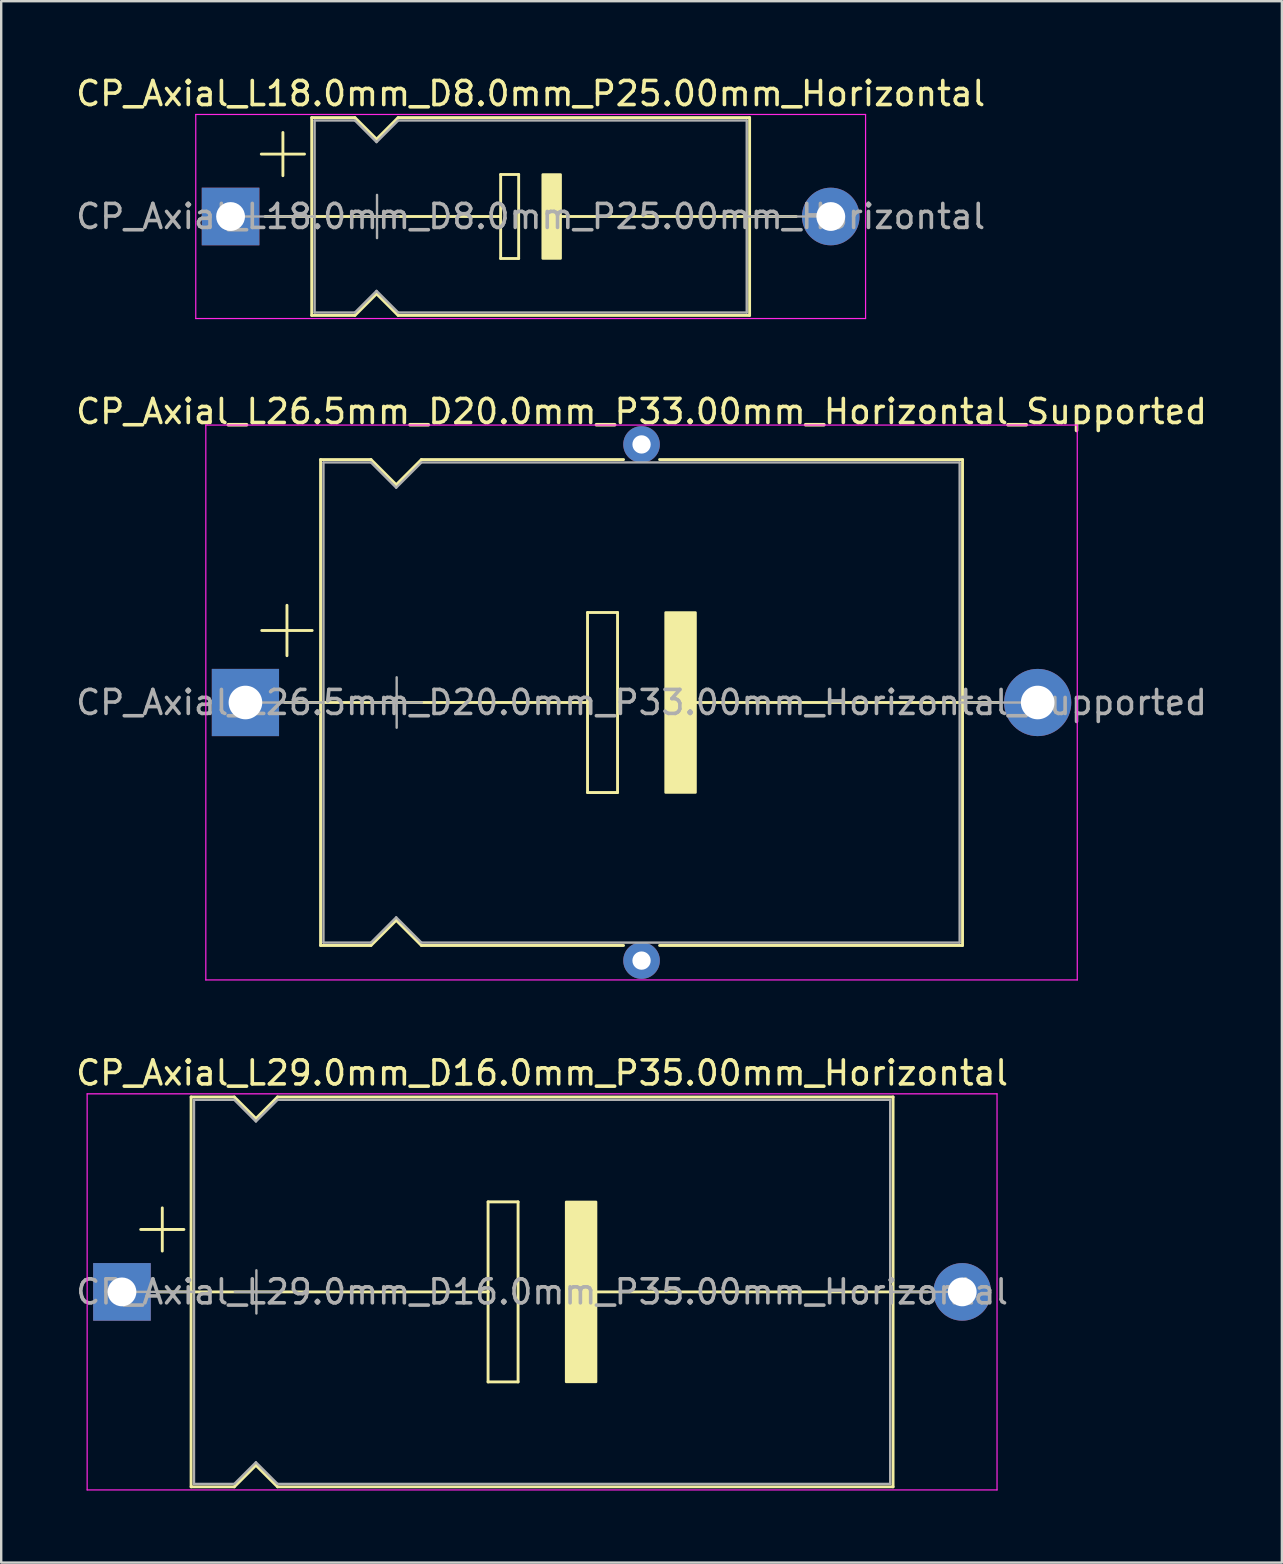
<source format=kicad_pcb>
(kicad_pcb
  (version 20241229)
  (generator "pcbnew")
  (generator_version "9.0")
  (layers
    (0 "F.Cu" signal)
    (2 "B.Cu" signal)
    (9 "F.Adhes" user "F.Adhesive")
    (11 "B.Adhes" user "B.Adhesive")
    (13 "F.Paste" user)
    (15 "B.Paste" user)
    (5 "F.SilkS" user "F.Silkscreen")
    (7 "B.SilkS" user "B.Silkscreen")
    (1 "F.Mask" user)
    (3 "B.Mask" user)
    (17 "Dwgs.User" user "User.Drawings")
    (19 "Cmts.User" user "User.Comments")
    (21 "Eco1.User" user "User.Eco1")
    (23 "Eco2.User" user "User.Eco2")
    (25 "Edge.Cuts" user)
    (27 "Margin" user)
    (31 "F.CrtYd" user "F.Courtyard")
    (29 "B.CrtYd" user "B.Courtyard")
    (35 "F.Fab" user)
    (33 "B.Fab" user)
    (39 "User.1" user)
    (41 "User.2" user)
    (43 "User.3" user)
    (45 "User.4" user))
  (footprint "CP_Axial_L29.0mm_D16.0mm_P35.00mm_Horizontal"
    (layer "F.Cu")
    (at 2.03 50.762)
    (property "Reference" "CP_Axial_L29.0mm_D16.0mm_P35.00mm_Horizontal" (at 17.5 -9.12 0) (layer "F.SilkS") (effects (font (size 1 1) (thickness 0.15))))
    (attr through_hole)
    (fp_line (start 0.78 -2.6) (end 2.58 -2.6) (stroke (width 0.12) (type solid)) (layer "F.SilkS"))
    (fp_line (start 1.44 0) (end 2.88 0) (stroke (width 0.12) (type solid)) (layer "F.SilkS"))
    (fp_line (start 1.68 -3.5) (end 1.68 -1.7) (stroke (width 0.12) (type solid)) (layer "F.SilkS"))
    (fp_line (start 2.88 -8.12) (end 2.88 8.12) (stroke (width 0.12) (type solid)) (layer "F.SilkS"))
    (fp_line (start 2.88 -8.12) (end 4.68 -8.12) (stroke (width 0.12) (type solid)) (layer "F.SilkS"))
    (fp_line (start 2.88 0) (end 15.25 0) (stroke (width 0.12) (type solid)) (layer "F.SilkS"))
    (fp_line (start 2.88 8.12) (end 4.68 8.12) (stroke (width 0.12) (type solid)) (layer "F.SilkS"))
    (fp_line (start 4.68 -8.12) (end 5.58 -7.22) (stroke (width 0.12) (type solid)) (layer "F.SilkS"))
    (fp_line (start 4.68 8.12) (end 5.58 7.22) (stroke (width 0.12) (type solid)) (layer "F.SilkS"))
    (fp_line (start 5.58 -7.22) (end 6.48 -8.12) (stroke (width 0.12) (type solid)) (layer "F.SilkS"))
    (fp_line (start 5.58 7.22) (end 6.48 8.12) (stroke (width 0.12) (type solid)) (layer "F.SilkS"))
    (fp_line (start 6.48 -8.12) (end 32.12 -8.12) (stroke (width 0.12) (type solid)) (layer "F.SilkS"))
    (fp_line (start 6.48 8.12) (end 32.12 8.12) (stroke (width 0.12) (type solid)) (layer "F.SilkS"))
    (fp_line (start 15.25 -3.75) (end 16.5 -3.75) (stroke (width 0.12) (type solid)) (layer "F.SilkS"))
    (fp_line (start 15.25 0) (end 15.25 -3.75) (stroke (width 0.12) (type solid)) (layer "F.SilkS"))
    (fp_line (start 15.25 3.75) (end 15.25 0) (stroke (width 0.12) (type solid)) (layer "F.SilkS"))
    (fp_line (start 16.5 -3.75) (end 16.5 3.75) (stroke (width 0.12) (type solid)) (layer "F.SilkS"))
    (fp_line (start 16.5 3.75) (end 15.25 3.75) (stroke (width 0.12) (type solid)) (layer "F.SilkS"))
    (fp_line (start 19.75 0) (end 32.12 0) (stroke (width 0.12) (type solid)) (layer "F.SilkS"))
    (fp_line (start 32.12 -8.12) (end 32.12 8.12) (stroke (width 0.12) (type solid)) (layer "F.SilkS"))
    (fp_line (start 33.56 0) (end 32.12 0) (stroke (width 0.12) (type solid)) (layer "F.SilkS"))
    (fp_poly (pts (xy 19.75 3.75) (xy 18.5 3.75) (xy 18.5 -3.75) (xy 19.75 -3.75)) (stroke (width 0.1) (type solid)) (fill yes) (layer "F.SilkS"))
    (fp_line (start -1.45 -8.25) (end -1.45 8.25) (stroke (width 0.05) (type solid)) (layer "F.CrtYd"))
    (fp_line (start -1.45 8.25) (end 36.45 8.25) (stroke (width 0.05) (type solid)) (layer "F.CrtYd"))
    (fp_line (start 36.45 -8.25) (end -1.45 -8.25) (stroke (width 0.05) (type solid)) (layer "F.CrtYd"))
    (fp_line (start 36.45 8.25) (end 36.45 -8.25) (stroke (width 0.05) (type solid)) (layer "F.CrtYd"))
    (fp_line (start 0 0) (end 3 0) (stroke (width 0.1) (type solid)) (layer "F.Fab"))
    (fp_line (start 3 -8) (end 3 8) (stroke (width 0.1) (type solid)) (layer "F.Fab"))
    (fp_line (start 3 -8) (end 4.68 -8) (stroke (width 0.1) (type solid)) (layer "F.Fab"))
    (fp_line (start 3 8) (end 4.68 8) (stroke (width 0.1) (type solid)) (layer "F.Fab"))
    (fp_line (start 4.68 -8) (end 5.58 -7.1) (stroke (width 0.1) (type solid)) (layer "F.Fab"))
    (fp_line (start 4.68 8) (end 5.58 7.1) (stroke (width 0.1) (type solid)) (layer "F.Fab"))
    (fp_line (start 4.7 0) (end 6.5 0) (stroke (width 0.1) (type solid)) (layer "F.Fab"))
    (fp_line (start 5.58 -7.1) (end 6.48 -8) (stroke (width 0.1) (type solid)) (layer "F.Fab"))
    (fp_line (start 5.58 7.1) (end 6.48 8) (stroke (width 0.1) (type solid)) (layer "F.Fab"))
    (fp_line (start 5.6 -0.9) (end 5.6 0.9) (stroke (width 0.1) (type solid)) (layer "F.Fab"))
    (fp_line (start 6.48 -8) (end 32 -8) (stroke (width 0.1) (type solid)) (layer "F.Fab"))
    (fp_line (start 6.48 8) (end 32 8) (stroke (width 0.1) (type solid)) (layer "F.Fab"))
    (fp_line (start 32 -8) (end 32 8) (stroke (width 0.1) (type solid)) (layer "F.Fab"))
    (fp_line (start 35 0) (end 32 0) (stroke (width 0.1) (type solid)) (layer "F.Fab"))
    (fp_text user "${REFERENCE}" (at 17.5 0 0) (layer "F.Fab") (effects (font (size 1 1) (thickness 0.15))))
    (pad "1" thru_hole rect (at 0 0) (size 2.4 2.4) (drill 1.2) (layers "*.Cu" "*.Mask"))
    (pad "2" thru_hole oval (at 35 0) (size 2.4 2.4) (drill 1.2) (layers "*.Cu" "*.Mask")))
  (footprint "CP_Axial_L26.5mm_D20.0mm_P33.00mm_Horizontal_Supported"
    (layer "F.Cu")
    (at 7.173 26.212)
    (property "Reference" "CP_Axial_L26.5mm_D20.0mm_P33.00mm_Horizontal_Supported" (at 16.5 -12.12 0) (layer "F.SilkS") (effects (font (size 1 1) (thickness 0.15))))
    (attr through_hole)
    (fp_line (start 0.68 -3) (end 2.78 -3) (stroke (width 0.12) (type solid)) (layer "F.SilkS"))
    (fp_line (start 1.64 0) (end 3.13 0) (stroke (width 0.12) (type solid)) (layer "F.SilkS"))
    (fp_line (start 1.73 -4.05) (end 1.73 -1.95) (stroke (width 0.12) (type solid)) (layer "F.SilkS"))
    (fp_line (start 3.13 -10.12) (end 3.13 10.12) (stroke (width 0.12) (type solid)) (layer "F.SilkS"))
    (fp_line (start 3.13 -10.12) (end 5.23 -10.12) (stroke (width 0.12) (type solid)) (layer "F.SilkS"))
    (fp_line (start 3.13 0) (end 14.25 0) (stroke (width 0.12) (type solid)) (layer "F.SilkS"))
    (fp_line (start 3.13 10.12) (end 5.23 10.12) (stroke (width 0.12) (type solid)) (layer "F.SilkS"))
    (fp_line (start 5.23 -10.12) (end 6.28 -9.07) (stroke (width 0.12) (type solid)) (layer "F.SilkS"))
    (fp_line (start 5.23 10.12) (end 6.28 9.07) (stroke (width 0.12) (type solid)) (layer "F.SilkS"))
    (fp_line (start 6.28 -9.07) (end 7.33 -10.12) (stroke (width 0.12) (type solid)) (layer "F.SilkS"))
    (fp_line (start 6.28 9.07) (end 7.33 10.12) (stroke (width 0.12) (type solid)) (layer "F.SilkS"))
    (fp_line (start 7.33 -10.12) (end 15.75 -10.12) (stroke (width 0.12) (type solid)) (layer "F.SilkS"))
    (fp_line (start 7.33 10.12) (end 15.75 10.12) (stroke (width 0.12) (type solid)) (layer "F.SilkS"))
    (fp_line (start 14.25 -3.75) (end 15.5 -3.75) (stroke (width 0.12) (type solid)) (layer "F.SilkS"))
    (fp_line (start 14.25 0) (end 14.25 -3.75) (stroke (width 0.12) (type solid)) (layer "F.SilkS"))
    (fp_line (start 14.25 3.75) (end 14.25 0) (stroke (width 0.12) (type solid)) (layer "F.SilkS"))
    (fp_line (start 15.5 -3.75) (end 15.5 3.75) (stroke (width 0.12) (type solid)) (layer "F.SilkS"))
    (fp_line (start 15.5 3.75) (end 14.25 3.75) (stroke (width 0.12) (type solid)) (layer "F.SilkS"))
    (fp_line (start 17.25 -10.12) (end 29.87 -10.12) (stroke (width 0.12) (type solid)) (layer "F.SilkS"))
    (fp_line (start 17.25 10.12) (end 29.87 10.12) (stroke (width 0.12) (type solid)) (layer "F.SilkS"))
    (fp_line (start 18.75 0) (end 29.87 0) (stroke (width 0.12) (type solid)) (layer "F.SilkS"))
    (fp_line (start 29.87 -10.12) (end 29.87 10.12) (stroke (width 0.12) (type solid)) (layer "F.SilkS"))
    (fp_line (start 31.36 0) (end 29.87 0) (stroke (width 0.12) (type solid)) (layer "F.SilkS"))
    (fp_poly (pts (xy 18.75 3.75) (xy 17.5 3.75) (xy 17.5 -3.75) (xy 18.75 -3.75)) (stroke (width 0.1) (type solid)) (fill yes) (layer "F.SilkS"))
    (fp_line (start -1.651 11.557) (end 34.649 11.557) (stroke (width 0.05) (type solid)) (layer "F.CrtYd"))
    (fp_line (start -1.65 -11.557) (end -1.65 11.557) (stroke (width 0.05) (type solid)) (layer "F.CrtYd"))
    (fp_line (start 34.649 -11.557) (end -1.651 -11.557) (stroke (width 0.05) (type solid)) (layer "F.CrtYd"))
    (fp_line (start 34.649 11.557) (end 34.649 -11.557) (stroke (width 0.05) (type solid)) (layer "F.CrtYd"))
    (fp_line (start 0 0) (end 3.25 0) (stroke (width 0.1) (type solid)) (layer "F.Fab"))
    (fp_line (start 3.25 -10) (end 3.25 10) (stroke (width 0.1) (type solid)) (layer "F.Fab"))
    (fp_line (start 3.25 -10) (end 5.23 -10) (stroke (width 0.1) (type solid)) (layer "F.Fab"))
    (fp_line (start 3.25 10) (end 5.23 10) (stroke (width 0.1) (type solid)) (layer "F.Fab"))
    (fp_line (start 5.23 -10) (end 6.28 -8.95) (stroke (width 0.1) (type solid)) (layer "F.Fab"))
    (fp_line (start 5.23 10) (end 6.28 8.95) (stroke (width 0.1) (type solid)) (layer "F.Fab"))
    (fp_line (start 5.25 0) (end 7.35 0) (stroke (width 0.1) (type solid)) (layer "F.Fab"))
    (fp_line (start 6.28 -8.95) (end 7.33 -10) (stroke (width 0.1) (type solid)) (layer "F.Fab"))
    (fp_line (start 6.28 8.95) (end 7.33 10) (stroke (width 0.1) (type solid)) (layer "F.Fab"))
    (fp_line (start 6.3 -1.05) (end 6.3 1.05) (stroke (width 0.1) (type solid)) (layer "F.Fab"))
    (fp_line (start 7.33 -10) (end 29.75 -10) (stroke (width 0.1) (type solid)) (layer "F.Fab"))
    (fp_line (start 7.33 10) (end 29.75 10) (stroke (width 0.1) (type solid)) (layer "F.Fab"))
    (fp_line (start 29.75 -10) (end 29.75 10) (stroke (width 0.1) (type solid)) (layer "F.Fab"))
    (fp_line (start 33 0) (end 29.75 0) (stroke (width 0.1) (type solid)) (layer "F.Fab"))
    (fp_text user "${REFERENCE}" (at 16.5 0 0) (layer "F.Fab") (effects (font (size 1 1) (thickness 0.15))))
    (pad "" thru_hole circle (at 16.5 -10.75) (size 1.524 1.524) (drill 0.762) (layers "*.Cu" "*.Mask"))
    (pad "" thru_hole circle (at 16.5 10.75) (size 1.524 1.524) (drill 0.762) (layers "*.Cu" "*.Mask"))
    (pad "1" thru_hole rect (at 0 0) (size 2.8 2.8) (drill 1.4) (layers "*.Cu" "*.Mask"))
    (pad "2" thru_hole oval (at 33 0) (size 2.8 2.8) (drill 1.4) (layers "*.Cu" "*.Mask")))
  (footprint "CP_Axial_L18.0mm_D8.0mm_P25.00mm_Horizontal"
    (layer "F.Cu")
    (at 6.554 5.968)
    (property "Reference" "CP_Axial_L18.0mm_D8.0mm_P25.00mm_Horizontal" (at 12.5 -5.12 0) (layer "F.SilkS") (effects (font (size 1 1) (thickness 0.15))))
    (attr through_hole)
    (fp_line (start 1.28 -2.6) (end 3.08 -2.6) (stroke (width 0.12) (type solid)) (layer "F.SilkS"))
    (fp_line (start 1.44 0) (end 3.38 0) (stroke (width 0.12) (type solid)) (layer "F.SilkS"))
    (fp_line (start 2.18 -3.5) (end 2.18 -1.7) (stroke (width 0.12) (type solid)) (layer "F.SilkS"))
    (fp_line (start 3.365 0) (end 11.25 0) (stroke (width 0.12) (type solid)) (layer "F.SilkS"))
    (fp_line (start 3.38 -4.12) (end 3.38 4.12) (stroke (width 0.12) (type solid)) (layer "F.SilkS"))
    (fp_line (start 3.38 -4.12) (end 5.18 -4.12) (stroke (width 0.12) (type solid)) (layer "F.SilkS"))
    (fp_line (start 3.38 4.12) (end 5.18 4.12) (stroke (width 0.12) (type solid)) (layer "F.SilkS"))
    (fp_line (start 5.18 -4.12) (end 6.08 -3.22) (stroke (width 0.12) (type solid)) (layer "F.SilkS"))
    (fp_line (start 5.18 4.12) (end 6.08 3.22) (stroke (width 0.12) (type solid)) (layer "F.SilkS"))
    (fp_line (start 6.08 -3.22) (end 6.98 -4.12) (stroke (width 0.12) (type solid)) (layer "F.SilkS"))
    (fp_line (start 6.08 3.22) (end 6.98 4.12) (stroke (width 0.12) (type solid)) (layer "F.SilkS"))
    (fp_line (start 6.98 -4.12) (end 21.62 -4.12) (stroke (width 0.12) (type solid)) (layer "F.SilkS"))
    (fp_line (start 6.98 4.12) (end 21.62 4.12) (stroke (width 0.12) (type solid)) (layer "F.SilkS"))
    (fp_line (start 11.25 -1.75) (end 11.25 1.75) (stroke (width 0.12) (type solid)) (layer "F.SilkS"))
    (fp_line (start 11.25 -1.75) (end 12 -1.75) (stroke (width 0.12) (type solid)) (layer "F.SilkS"))
    (fp_line (start 12 -1.75) (end 12 1.75) (stroke (width 0.12) (type solid)) (layer "F.SilkS"))
    (fp_line (start 12 1.75) (end 11.25 1.75) (stroke (width 0.12) (type solid)) (layer "F.SilkS"))
    (fp_line (start 13.75 0) (end 21.62 0) (stroke (width 0.12) (type solid)) (layer "F.SilkS"))
    (fp_line (start 21.62 -4.12) (end 21.62 4.12) (stroke (width 0.12) (type solid)) (layer "F.SilkS"))
    (fp_line (start 23.56 0) (end 21.62 0) (stroke (width 0.12) (type solid)) (layer "F.SilkS"))
    (fp_poly (pts (xy 13.75 1.75) (xy 13 1.75) (xy 13 -1.75) (xy 13.75 -1.75)) (stroke (width 0.1) (type solid)) (fill yes) (layer "F.SilkS"))
    (fp_line (start -1.45 -4.25) (end -1.45 4.25) (stroke (width 0.05) (type solid)) (layer "F.CrtYd"))
    (fp_line (start -1.45 4.25) (end 26.45 4.25) (stroke (width 0.05) (type solid)) (layer "F.CrtYd"))
    (fp_line (start 26.45 -4.25) (end -1.45 -4.25) (stroke (width 0.05) (type solid)) (layer "F.CrtYd"))
    (fp_line (start 26.45 4.25) (end 26.45 -4.25) (stroke (width 0.05) (type solid)) (layer "F.CrtYd"))
    (fp_line (start 0 0) (end 3.5 0) (stroke (width 0.1) (type solid)) (layer "F.Fab"))
    (fp_line (start 3.5 -4) (end 3.5 4) (stroke (width 0.1) (type solid)) (layer "F.Fab"))
    (fp_line (start 3.5 -4) (end 5.18 -4) (stroke (width 0.1) (type solid)) (layer "F.Fab"))
    (fp_line (start 3.5 4) (end 5.18 4) (stroke (width 0.1) (type solid)) (layer "F.Fab"))
    (fp_line (start 5.18 -4) (end 6.08 -3.1) (stroke (width 0.1) (type solid)) (layer "F.Fab"))
    (fp_line (start 5.18 4) (end 6.08 3.1) (stroke (width 0.1) (type solid)) (layer "F.Fab"))
    (fp_line (start 5.2 0) (end 7 0) (stroke (width 0.1) (type solid)) (layer "F.Fab"))
    (fp_line (start 6.08 -3.1) (end 6.98 -4) (stroke (width 0.1) (type solid)) (layer "F.Fab"))
    (fp_line (start 6.08 3.1) (end 6.98 4) (stroke (width 0.1) (type solid)) (layer "F.Fab"))
    (fp_line (start 6.1 -0.9) (end 6.1 0.9) (stroke (width 0.1) (type solid)) (layer "F.Fab"))
    (fp_line (start 6.98 -4) (end 21.5 -4) (stroke (width 0.1) (type solid)) (layer "F.Fab"))
    (fp_line (start 6.98 4) (end 21.5 4) (stroke (width 0.1) (type solid)) (layer "F.Fab"))
    (fp_line (start 21.5 -4) (end 21.5 4) (stroke (width 0.1) (type solid)) (layer "F.Fab"))
    (fp_line (start 25 0) (end 21.5 0) (stroke (width 0.1) (type solid)) (layer "F.Fab"))
    (fp_text user "${REFERENCE}" (at 12.5 0 0) (layer "F.Fab") (effects (font (size 1 1) (thickness 0.15))))
    (pad "1" thru_hole rect (at 0 0) (size 2.4 2.4) (drill 1.2) (layers "*.Cu" "*.Mask"))
    (pad "2" thru_hole oval (at 25 0) (size 2.4 2.4) (drill 1.2) (layers "*.Cu" "*.Mask")))
  (gr_rect
    (start -3 -3)
    (end 50.345 62.037)
    (stroke (width 0.1) (type default))
    (fill no)
    (layer "Edge.Cuts")))
</source>
